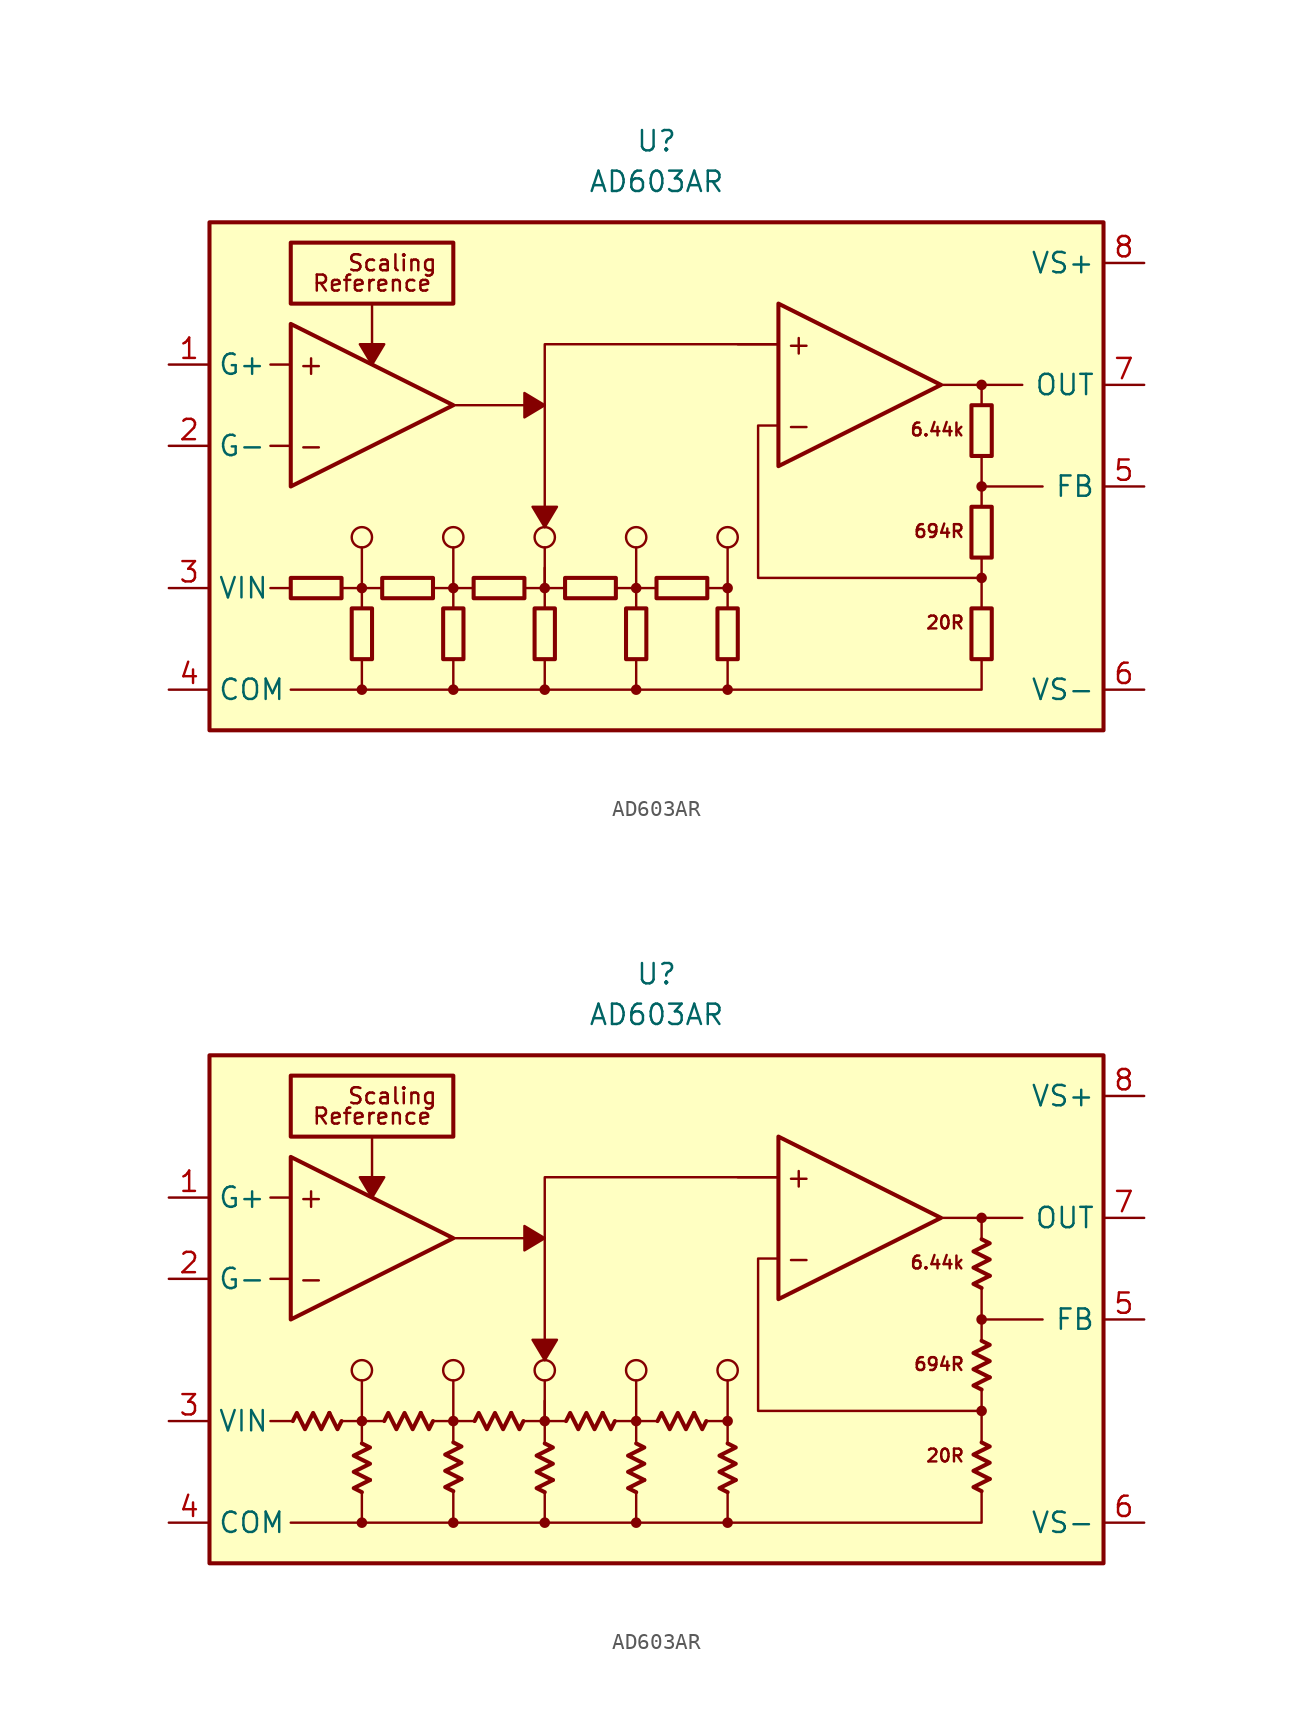
<source format=kicad_sym>
(kicad_symbol_lib
  (version 20231120)
  (generator "kicad_symbol_editor")
  (generator_version "8.0")
  (symbol "AD603AR"
    (property "Reference" "U"
      (at 0 21.59 0)
      (effects (font (size 1.27 1.27))))
    (property "Value" "AD603AR"
      (at 0 19.05 0)
      (effects (font (size 1.27 1.27))))
    (symbol "AD603AR_0_0"
      (rectangle (start -27.94 16.51) (end 27.94 -15.24) (stroke (width 0.254) (type default)) (fill (type background)))
      (rectangle (start -22.86 15.24) (end -12.7 11.43) (stroke (width 0.254) (type default)) (fill (type none)))
      (circle (center -18.415 -12.7) (radius 0.254) (stroke (width 0.152) (type default)) (fill (type outline)))
      (circle (center -18.415 -6.35) (radius 0.254) (stroke (width 0.152) (type default)) (fill (type outline)))
      (circle (center -18.415 -3.175) (radius 0.635) (stroke (width 0.152) (type default)) (fill (type none)))
      (circle (center -12.7 -12.7) (radius 0.254) (stroke (width 0.152) (type default)) (fill (type outline)))
      (circle (center -12.7 -6.35) (radius 0.254) (stroke (width 0.152) (type default)) (fill (type outline)))
      (circle (center -12.7 -3.175) (radius 0.635) (stroke (width 0.152) (type default)) (fill (type none)))
      (circle (center -6.985 -12.7) (radius 0.254) (stroke (width 0.152) (type default)) (fill (type outline)))
      (circle (center -6.985 -6.35) (radius 0.254) (stroke (width 0.152) (type default)) (fill (type outline)))
      (circle (center -6.985 -3.175) (radius 0.635) (stroke (width 0.152) (type default)) (fill (type none)))
      (circle (center -1.27 -12.7) (radius 0.254) (stroke (width 0.152) (type default)) (fill (type outline)))
      (circle (center -1.27 -6.35) (radius 0.254) (stroke (width 0.152) (type default)) (fill (type outline)))
      (circle (center -1.27 -3.175) (radius 0.635) (stroke (width 0.152) (type default)) (fill (type none)))
      (polyline (pts (xy -22.86 -6.35) (xy -24.13 -6.35)) (stroke (width 0.152) (type default)) (fill (type none)))
      (polyline (pts (xy -22.86 2.54) (xy -24.13 2.54)) (stroke (width 0.152) (type default)) (fill (type none)))
      (polyline (pts (xy -22.86 7.62) (xy -24.13 7.62)) (stroke (width 0.152) (type default)) (fill (type none)))
      (polyline (pts (xy -18.415 -10.795) (xy -18.415 -12.7)) (stroke (width 0.152) (type default)) (fill (type none)))
      (polyline (pts (xy -18.415 -7.62) (xy -18.415 -6.35)) (stroke (width 0.152) (type default)) (fill (type none)))
      (polyline (pts (xy -18.415 -6.35) (xy -19.685 -6.35)) (stroke (width 0.152) (type default)) (fill (type none)))
      (polyline (pts (xy -18.415 -6.35) (xy -18.415 -3.81)) (stroke (width 0.152) (type default)) (fill (type none)))
      (polyline (pts (xy -17.78 11.43) (xy -17.78 7.62)) (stroke (width 0.152) (type default)) (fill (type none)))
      (polyline (pts (xy -17.145 -6.35) (xy -18.415 -6.35)) (stroke (width 0.152) (type default)) (fill (type none)))
      (polyline (pts (xy -12.7 -10.795) (xy -12.7 -12.7)) (stroke (width 0.152) (type default)) (fill (type none)))
      (polyline (pts (xy -12.7 -7.62) (xy -12.7 -6.35)) (stroke (width 0.152) (type default)) (fill (type none)))
      (polyline (pts (xy -12.7 -6.35) (xy -13.97 -6.35)) (stroke (width 0.152) (type default)) (fill (type none)))
      (polyline (pts (xy -12.7 -6.35) (xy -12.7 -3.81)) (stroke (width 0.152) (type default)) (fill (type none)))
      (polyline (pts (xy -12.7 5.08) (xy -6.985 5.08)) (stroke (width 0.152) (type default)) (fill (type none)))
      (polyline (pts (xy -11.43 -6.35) (xy -12.7 -6.35)) (stroke (width 0.152) (type default)) (fill (type none)))
      (polyline (pts (xy -6.985 -10.795) (xy -6.985 -12.7)) (stroke (width 0.152) (type default)) (fill (type none)))
      (polyline (pts (xy -6.985 -7.62) (xy -6.985 -5.08)) (stroke (width 0.152) (type default)) (fill (type none)))
      (polyline (pts (xy -6.985 -6.35) (xy -8.255 -6.35)) (stroke (width 0.152) (type default)) (fill (type none)))
      (polyline (pts (xy -6.985 -6.35) (xy -6.985 -3.81)) (stroke (width 0.152) (type default)) (fill (type none)))
      (polyline (pts (xy -5.715 -6.35) (xy -6.985 -6.35)) (stroke (width 0.152) (type default)) (fill (type none)))
      (polyline (pts (xy -1.27 -10.795) (xy -1.27 -12.7)) (stroke (width 0.152) (type default)) (fill (type none)))
      (polyline (pts (xy -1.27 -7.62) (xy -1.27 -6.35)) (stroke (width 0.152) (type default)) (fill (type none)))
      (polyline (pts (xy -1.27 -6.35) (xy -2.54 -6.35)) (stroke (width 0.152) (type default)) (fill (type none)))
      (polyline (pts (xy -1.27 -6.35) (xy -1.27 -3.81)) (stroke (width 0.152) (type default)) (fill (type none)))
      (polyline (pts (xy 0 -6.35) (xy -1.27 -6.35)) (stroke (width 0.152) (type default)) (fill (type none)))
      (polyline (pts (xy 4.445 -10.795) (xy 4.445 -12.7)) (stroke (width 0.152) (type default)) (fill (type none)))
      (polyline (pts (xy 4.445 -7.62) (xy 4.445 -6.35)) (stroke (width 0.152) (type default)) (fill (type none)))
      (polyline (pts (xy 4.445 -6.35) (xy 3.175 -6.35)) (stroke (width 0.152) (type default)) (fill (type none)))
      (polyline (pts (xy 4.445 -6.35) (xy 4.445 -3.81)) (stroke (width 0.152) (type default)) (fill (type none)))
      (polyline (pts (xy 7.62 8.89) (xy 5.08 8.89)) (stroke (width 0.152) (type default)) (fill (type none)))
      (polyline (pts (xy 17.78 6.35) (xy 20.32 6.35)) (stroke (width 0.152) (type default)) (fill (type none)))
      (polyline (pts (xy 20.32 -7.62) (xy 20.32 -5.715)) (stroke (width 0.152) (type default)) (fill (type none)))
      (polyline (pts (xy 20.32 -1.27) (xy 20.32 1.905)) (stroke (width 0.152) (type default)) (fill (type none)))
      (polyline (pts (xy 20.32 0) (xy 24.13 0)) (stroke (width 0.152) (type default)) (fill (type none)))
      (polyline (pts (xy 20.32 5.08) (xy 20.32 6.35)) (stroke (width 0.152) (type default)) (fill (type none)))
      (polyline (pts (xy 20.32 6.35) (xy 22.86 6.35)) (stroke (width 0.152) (type default)) (fill (type none)))
      (polyline (pts (xy 7.62 8.89) (xy -6.985 8.89) (xy -6.985 -2.54)) (stroke (width 0.152) (type default)) (fill (type none)))
      (polyline (pts (xy 20.32 -10.795) (xy 20.32 -12.7) (xy -22.86 -12.7)) (stroke (width 0.152) (type default)) (fill (type none)))
      (polyline (pts (xy -17.78 7.62) (xy -18.542 8.89) (xy -17.018 8.89) (xy -17.78 7.62)) (stroke (width 0.152) (type default)) (fill (type outline)))
      (polyline (pts (xy -6.985 -2.54) (xy -7.747 -1.27) (xy -6.223 -1.27) (xy -6.985 -2.54)) (stroke (width 0.152) (type default)) (fill (type outline)))
      (polyline (pts (xy -6.985 5.08) (xy -8.255 4.318) (xy -8.255 5.842) (xy -6.985 5.08)) (stroke (width 0.152) (type default)) (fill (type outline)))
      (circle (center 4.445 -12.7) (radius 0.254) (stroke (width 0.152) (type default)) (fill (type outline)))
      (circle (center 4.445 -6.35) (radius 0.254) (stroke (width 0.152) (type default)) (fill (type outline)))
      (circle (center 4.445 -3.175) (radius 0.635) (stroke (width 0.152) (type default)) (fill (type none)))
      (circle (center 20.32 -5.715) (radius 0.254) (stroke (width 0.152) (type default)) (fill (type outline)))
      (circle (center 20.32 0) (radius 0.254) (stroke (width 0.152) (type default)) (fill (type outline)))
      (circle (center 20.32 6.35) (radius 0.254) (stroke (width 0.152) (type default)) (fill (type outline)))
      (text "+" (at -21.59 7.62 0) (effects (font (size 1.27 1.27))))
      (text "+" (at 8.89 8.89 0) (effects (font (size 1.27 1.27))))
      (text "-" (at -21.59 2.54 0) (effects (font (size 1.27 1.27))))
      (text "-" (at 8.89 3.81 0) (effects (font (size 1.27 1.27))))
      (text "20R" (at 19.304 -8.509 0) (effects (font (size 0.8 0.8)) (justify right)))
      (text "6.44k" (at 19.304 3.556 0) (effects (font (size 0.8 0.8)) (justify right)))
      (text "694R" (at 19.304 -2.794 0) (effects (font (size 0.8 0.8)) (justify right)))
      (text "Reference" (at -17.78 12.7 0) (effects (font (size 1 1))))
      (text "Scaling" (at -16.51 13.97 0) (effects (font (size 1 1)))))
    (symbol "AD603AR_0_1"
      (rectangle (start -19.685 -6.985) (end -22.86 -5.715) (stroke (width 0.254) (type default)) (fill (type none)))
      (rectangle (start -19.05 -10.795) (end -17.78 -7.62) (stroke (width 0.254) (type default)) (fill (type none)))
      (rectangle (start -13.97 -6.985) (end -17.145 -5.715) (stroke (width 0.254) (type default)) (fill (type none)))
      (rectangle (start -13.335 -10.795) (end -12.065 -7.62) (stroke (width 0.254) (type default)) (fill (type none)))
      (rectangle (start -8.255 -6.985) (end -11.43 -5.715) (stroke (width 0.254) (type default)) (fill (type none)))
      (rectangle (start -7.62 -10.795) (end -6.35 -7.62) (stroke (width 0.254) (type default)) (fill (type none)))
      (rectangle (start -2.54 -6.985) (end -5.715 -5.715) (stroke (width 0.254) (type default)) (fill (type none)))
      (rectangle (start -1.905 -10.795) (end -0.635 -7.62) (stroke (width 0.254) (type default)) (fill (type none)))
      (rectangle (start 3.175 -6.985) (end 0 -5.715) (stroke (width 0.254) (type default)) (fill (type none)))
      (rectangle (start 3.81 -10.795) (end 5.08 -7.62) (stroke (width 0.254) (type default)) (fill (type none)))
      (rectangle (start 20.955 -7.62) (end 19.685 -10.795) (stroke (width 0.254) (type default)) (fill (type none)))
      (rectangle (start 20.955 -1.27) (end 19.685 -4.445) (stroke (width 0.254) (type default)) (fill (type none)))
      (rectangle (start 20.955 5.08) (end 19.685 1.905) (stroke (width 0.254) (type default)) (fill (type none))))
    (symbol "AD603AR_0_2"
      (polyline (pts (xy -20.447 -5.842) (xy -19.939 -6.858) (xy -19.685 -6.35)) (stroke (width 0.254) (type default)) (fill (type none)))
      (polyline (pts (xy -17.907 -10.033) (xy -18.923 -10.541) (xy -18.415 -10.795)) (stroke (width 0.254) (type default)) (fill (type none)))
      (polyline (pts (xy -14.732 -5.842) (xy -14.224 -6.858) (xy -13.97 -6.35)) (stroke (width 0.254) (type default)) (fill (type none)))
      (polyline (pts (xy -12.192 -9.97) (xy -13.208 -10.477) (xy -12.7 -10.732)) (stroke (width 0.254) (type default)) (fill (type none)))
      (polyline (pts (xy -9.081 -5.842) (xy -8.572 -6.858) (xy -8.319 -6.35)) (stroke (width 0.254) (type default)) (fill (type none)))
      (polyline (pts (xy -6.477 -10.033) (xy -7.493 -10.541) (xy -6.985 -10.795)) (stroke (width 0.254) (type default)) (fill (type none)))
      (polyline (pts (xy -3.365 -5.842) (xy -2.857 -6.858) (xy -2.603 -6.35)) (stroke (width 0.254) (type default)) (fill (type none)))
      (polyline (pts (xy -0.762 -10.033) (xy -1.778 -10.541) (xy -1.27 -10.795)) (stroke (width 0.254) (type default)) (fill (type none)))
      (polyline (pts (xy 2.349 -5.842) (xy 2.857 -6.858) (xy 3.111 -6.35)) (stroke (width 0.254) (type default)) (fill (type none)))
      (polyline (pts (xy 4.953 -10.033) (xy 3.937 -10.541) (xy 4.445 -10.795)) (stroke (width 0.254) (type default)) (fill (type none)))
      (polyline (pts (xy 20.828 -9.97) (xy 19.812 -10.477) (xy 20.32 -10.732)) (stroke (width 0.254) (type default)) (fill (type none)))
      (polyline (pts (xy 20.828 -3.619) (xy 19.812 -4.128) (xy 20.32 -4.381)) (stroke (width 0.254) (type default)) (fill (type none)))
      (polyline (pts (xy 20.828 2.731) (xy 19.812 2.223) (xy 20.32 1.968)) (stroke (width 0.254) (type default)) (fill (type none)))
      (polyline (pts (xy -22.733 -6.35) (xy -22.479 -5.842) (xy -21.971 -6.858) (xy -21.463 -5.842) (xy -20.955 -6.858) (xy -20.447 -5.842)) (stroke (width 0.254) (type default)) (fill (type none)))
      (polyline (pts (xy -18.415 -7.747) (xy -17.907 -8.001) (xy -18.923 -8.509) (xy -17.907 -9.017) (xy -18.923 -9.525) (xy -17.907 -10.033)) (stroke (width 0.254) (type default)) (fill (type none)))
      (polyline (pts (xy -17.018 -6.35) (xy -16.764 -5.842) (xy -16.256 -6.858) (xy -15.748 -5.842) (xy -15.24 -6.858) (xy -14.732 -5.842)) (stroke (width 0.254) (type default)) (fill (type none)))
      (polyline (pts (xy -12.7 -7.684) (xy -12.192 -7.938) (xy -13.208 -8.445) (xy -12.192 -8.954) (xy -13.208 -9.461) (xy -12.192 -9.97)) (stroke (width 0.254) (type default)) (fill (type none)))
      (polyline (pts (xy -11.367 -6.35) (xy -11.113 -5.842) (xy -10.604 -6.858) (xy -10.097 -5.842) (xy -9.588 -6.858) (xy -9.081 -5.842)) (stroke (width 0.254) (type default)) (fill (type none)))
      (polyline (pts (xy -6.985 -7.747) (xy -6.477 -8.001) (xy -7.493 -8.509) (xy -6.477 -9.017) (xy -7.493 -9.525) (xy -6.477 -10.033)) (stroke (width 0.254) (type default)) (fill (type none)))
      (polyline (pts (xy -5.652 -6.35) (xy -5.397 -5.842) (xy -4.889 -6.858) (xy -4.381 -5.842) (xy -3.873 -6.858) (xy -3.365 -5.842)) (stroke (width 0.254) (type default)) (fill (type none)))
      (polyline (pts (xy -1.27 -7.747) (xy -0.762 -8.001) (xy -1.778 -8.509) (xy -0.762 -9.017) (xy -1.778 -9.525) (xy -0.762 -10.033)) (stroke (width 0.254) (type default)) (fill (type none)))
      (polyline (pts (xy 0.064 -6.35) (xy 0.318 -5.842) (xy 0.826 -6.858) (xy 1.333 -5.842) (xy 1.841 -6.858) (xy 2.349 -5.842)) (stroke (width 0.254) (type default)) (fill (type none)))
      (polyline (pts (xy 4.445 -7.747) (xy 4.953 -8.001) (xy 3.937 -8.509) (xy 4.953 -9.017) (xy 3.937 -9.525) (xy 4.953 -10.033)) (stroke (width 0.254) (type default)) (fill (type none)))
      (polyline (pts (xy 20.32 -7.684) (xy 20.828 -7.938) (xy 19.812 -8.445) (xy 20.828 -8.954) (xy 19.812 -9.461) (xy 20.828 -9.97)) (stroke (width 0.254) (type default)) (fill (type none)))
      (polyline (pts (xy 20.32 -1.333) (xy 20.828 -1.587) (xy 19.812 -2.095) (xy 20.828 -2.603) (xy 19.812 -3.111) (xy 20.828 -3.619)) (stroke (width 0.254) (type default)) (fill (type none)))
      (polyline (pts (xy 20.32 5.016) (xy 20.828 4.763) (xy 19.812 4.255) (xy 20.828 3.747) (xy 19.812 3.239) (xy 20.828 2.731)) (stroke (width 0.254) (type default)) (fill (type none))))
    (symbol "AD603AR_1_0"
      (polyline (pts (xy -22.86 10.16) (xy -22.86 0) (xy -12.7 5.08) (xy -22.86 10.16)) (stroke (width 0.254) (type default)) (fill (type none)))
      (polyline (pts (xy 7.62 11.43) (xy 7.62 1.27) (xy 17.78 6.35) (xy 7.62 11.43)) (stroke (width 0.254) (type default)) (fill (type none)))
      (polyline (pts (xy 20.32 -4.445) (xy 20.32 -5.715) (xy 6.35 -5.715) (xy 6.35 3.81) (xy 7.62 3.81)) (stroke (width 0.152) (type default)) (fill (type none))))
    (symbol "AD603AR_1_1"
      (pin input line (at -30.48 7.62 0) (length 2.54) (name "G+" (effects (font (size 1.27 1.27)))) (number "1" (effects (font (size 1.27 1.27)))))
      (pin input line (at -30.48 2.54 0) (length 2.54) (name "G-" (effects (font (size 1.27 1.27)))) (number "2" (effects (font (size 1.27 1.27)))))
      (pin input line (at -30.48 -6.35 0) (length 2.54) (name "VIN" (effects (font (size 1.27 1.27)))) (number "3" (effects (font (size 1.27 1.27)))))
      (pin power_in line (at -30.48 -12.7 0) (length 2.54) (name "COM" (effects (font (size 1.27 1.27)))) (number "4" (effects (font (size 1.27 1.27)))))
      (pin passive line (at 30.48 0 180) (length 2.54) (name "FB" (effects (font (size 1.27 1.27)))) (number "5" (effects (font (size 1.27 1.27)))))
      (pin power_in line (at 30.48 -12.7 180) (length 2.54) (name "VS-" (effects (font (size 1.27 1.27)))) (number "6" (effects (font (size 1.27 1.27)))))
      (pin output line (at 30.48 6.35 180) (length 2.54) (name "OUT" (effects (font (size 1.27 1.27)))) (number "7" (effects (font (size 1.27 1.27)))))
      (pin power_in line (at 30.48 13.97 180) (length 2.54) (name "VS+" (effects (font (size 1.27 1.27)))) (number "8" (effects (font (size 1.27 1.27))))))
    (symbol "AD603AR_1_2"
      (pin input line (at -30.48 7.62 0) (length 2.54) (name "G+" (effects (font (size 1.27 1.27)))) (number "1" (effects (font (size 1.27 1.27)))))
      (pin input line (at -30.48 2.54 0) (length 2.54) (name "G-" (effects (font (size 1.27 1.27)))) (number "2" (effects (font (size 1.27 1.27)))))
      (pin input line (at -30.48 -6.35 0) (length 2.54) (name "VIN" (effects (font (size 1.27 1.27)))) (number "3" (effects (font (size 1.27 1.27)))))
      (pin power_in line (at -30.48 -12.7 0) (length 2.54) (name "COM" (effects (font (size 1.27 1.27)))) (number "4" (effects (font (size 1.27 1.27)))))
      (pin passive line (at 30.48 0 180) (length 2.54) (name "FB" (effects (font (size 1.27 1.27)))) (number "5" (effects (font (size 1.27 1.27)))))
      (pin power_in line (at 30.48 -12.7 180) (length 2.54) (name "VS-" (effects (font (size 1.27 1.27)))) (number "6" (effects (font (size 1.27 1.27)))))
      (pin output line (at 30.48 6.35 180) (length 2.54) (name "OUT" (effects (font (size 1.27 1.27)))) (number "7" (effects (font (size 1.27 1.27)))))
      (pin power_in line (at 30.48 13.97 180) (length 2.54) (name "VS+" (effects (font (size 1.27 1.27)))) (number "8" (effects (font (size 1.27 1.27))))))))
</source>
